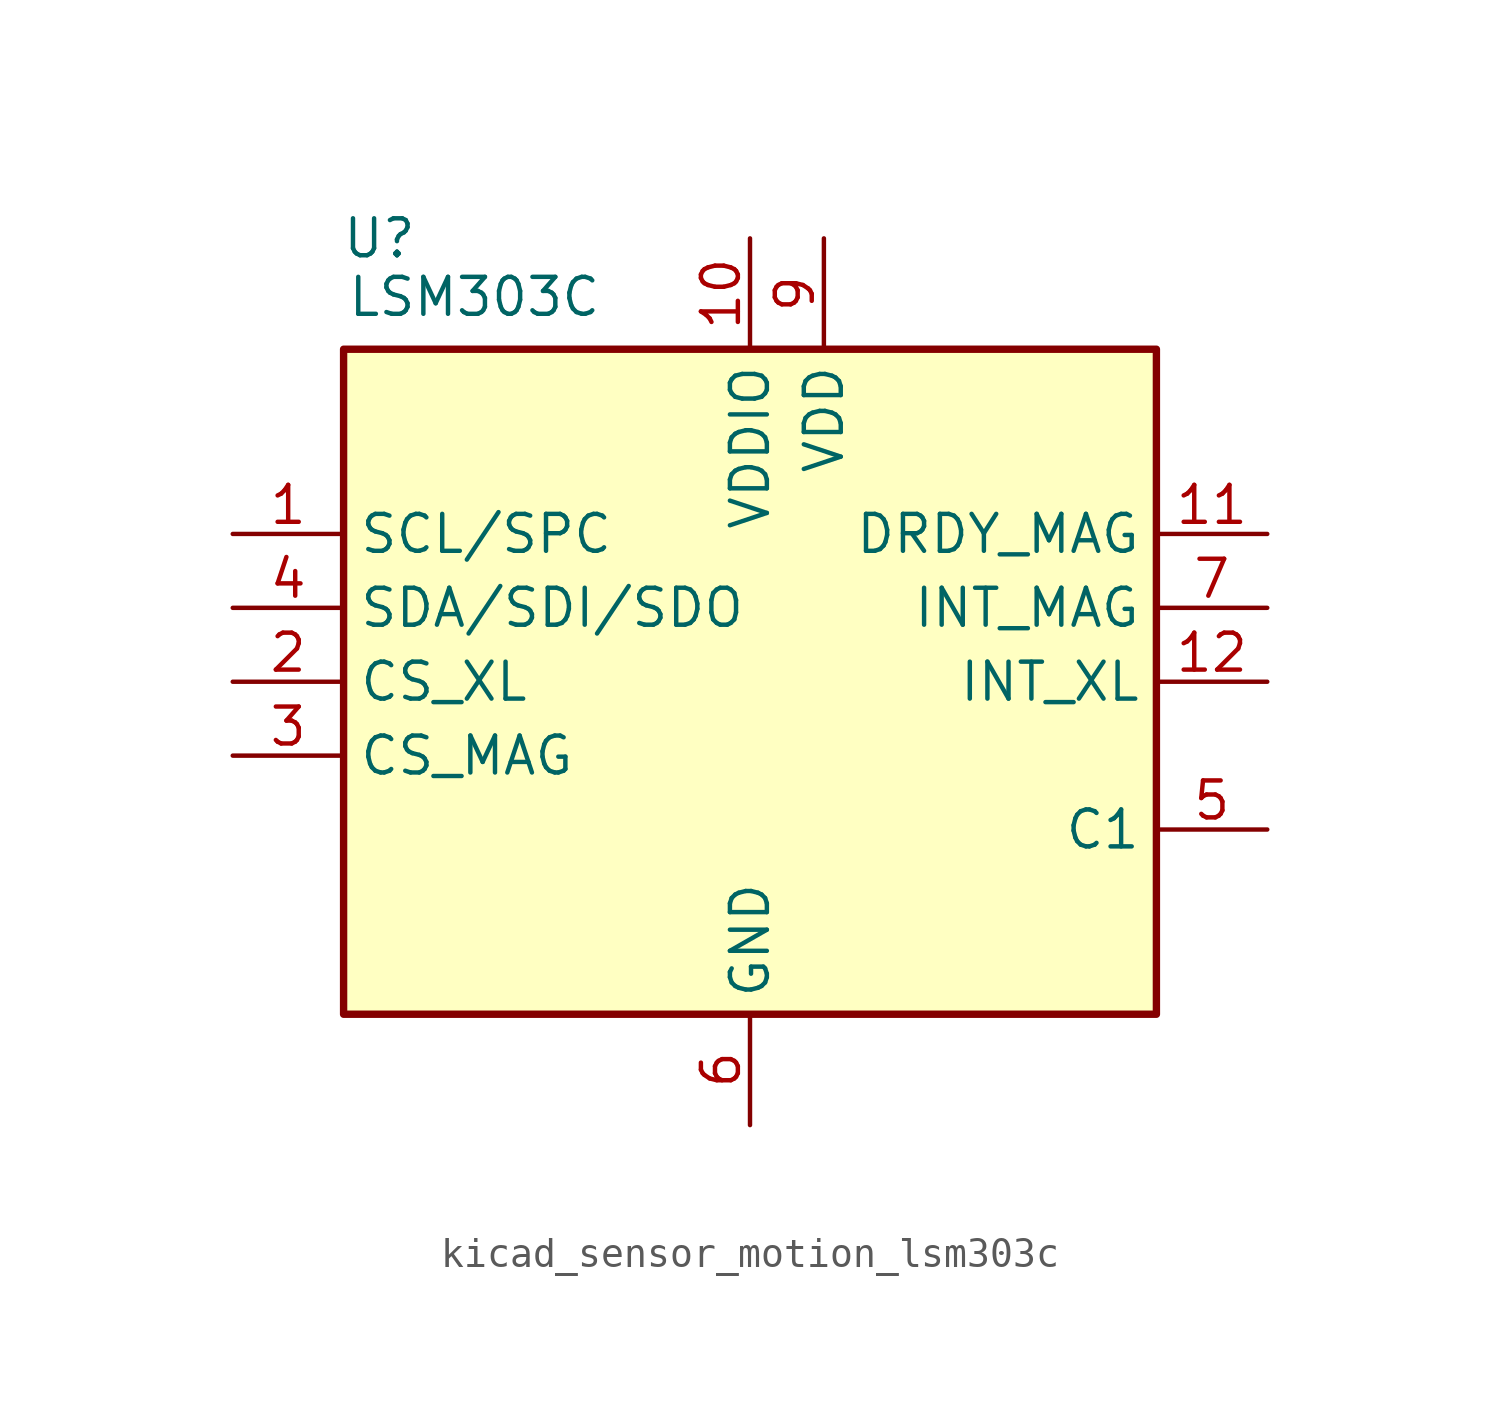
<source format=kicad_sym>
(kicad_symbol_lib
  (version 20220914)
  (generator kicad_symbol_editor)
  (symbol "kicad_sensor_motion_lsm303c"
    (property "Reference" "U"
      (at -11.43 15.24 0)
      (effects (font (size 1.27 1.27)) (justify right)))
    (property "Value" "LSM303C"
      (at -5.08 13.97 0)
      (effects (font (size 1.27 1.27)) (justify right top)))
    (symbol "kicad_sensor_motion_lsm303c_0_1"
      (rectangle (start 13.97 11.43) (end -13.97 -11.43) (stroke (width 0.254) (type default)) (fill (type background))))
    (symbol "kicad_sensor_motion_lsm303c_1_1"
      (pin input line (at -17.78 5.08 0) (length 3.81) (name "SCL/SPC" (effects (font (size 1.27 1.27)))) (number "1" (effects (font (size 1.27 1.27)))))
      (pin power_in line (at 0 15.24 270) (length 3.81) (name "VDDIO" (effects (font (size 1.27 1.27)))) (number "10" (effects (font (size 1.27 1.27)))))
      (pin output line (at 17.78 5.08 180) (length 3.81) (name "DRDY_MAG" (effects (font (size 1.27 1.27)))) (number "11" (effects (font (size 1.27 1.27)))))
      (pin output line (at 17.78 0 180) (length 3.81) (name "INT_XL" (effects (font (size 1.27 1.27)))) (number "12" (effects (font (size 1.27 1.27)))))
      (pin input line (at -17.78 0 0) (length 3.81) (name "CS_XL" (effects (font (size 1.27 1.27)))) (number "2" (effects (font (size 1.27 1.27)))))
      (pin input line (at -17.78 -2.54 0) (length 3.81) (name "CS_MAG" (effects (font (size 1.27 1.27)))) (number "3" (effects (font (size 1.27 1.27)))))
      (pin bidirectional line (at -17.78 2.54 0) (length 3.81) (name "SDA/SDI/SDO" (effects (font (size 1.27 1.27)))) (number "4" (effects (font (size 1.27 1.27)))))
      (pin passive line (at 17.78 -5.08 180) (length 3.81) (name "C1" (effects (font (size 1.27 1.27)))) (number "5" (effects (font (size 1.27 1.27)))))
      (pin power_in line (at 0 -15.24 90) (length 3.81) (name "GND" (effects (font (size 1.27 1.27)))) (number "6" (effects (font (size 1.27 1.27)))))
      (pin output line (at 17.78 2.54 180) (length 3.81) (name "INT_MAG" (effects (font (size 1.27 1.27)))) (number "7" (effects (font (size 1.27 1.27)))))
      (pin passive line (at 0 -15.24 90) (length 3.81) hide (name "GND" (effects (font (size 1.27 1.27)))) (number "8" (effects (font (size 1.27 1.27)))))
      (pin power_in line (at 2.54 15.24 270) (length 3.81) (name "VDD" (effects (font (size 1.27 1.27)))) (number "9" (effects (font (size 1.27 1.27))))))))
</source>
